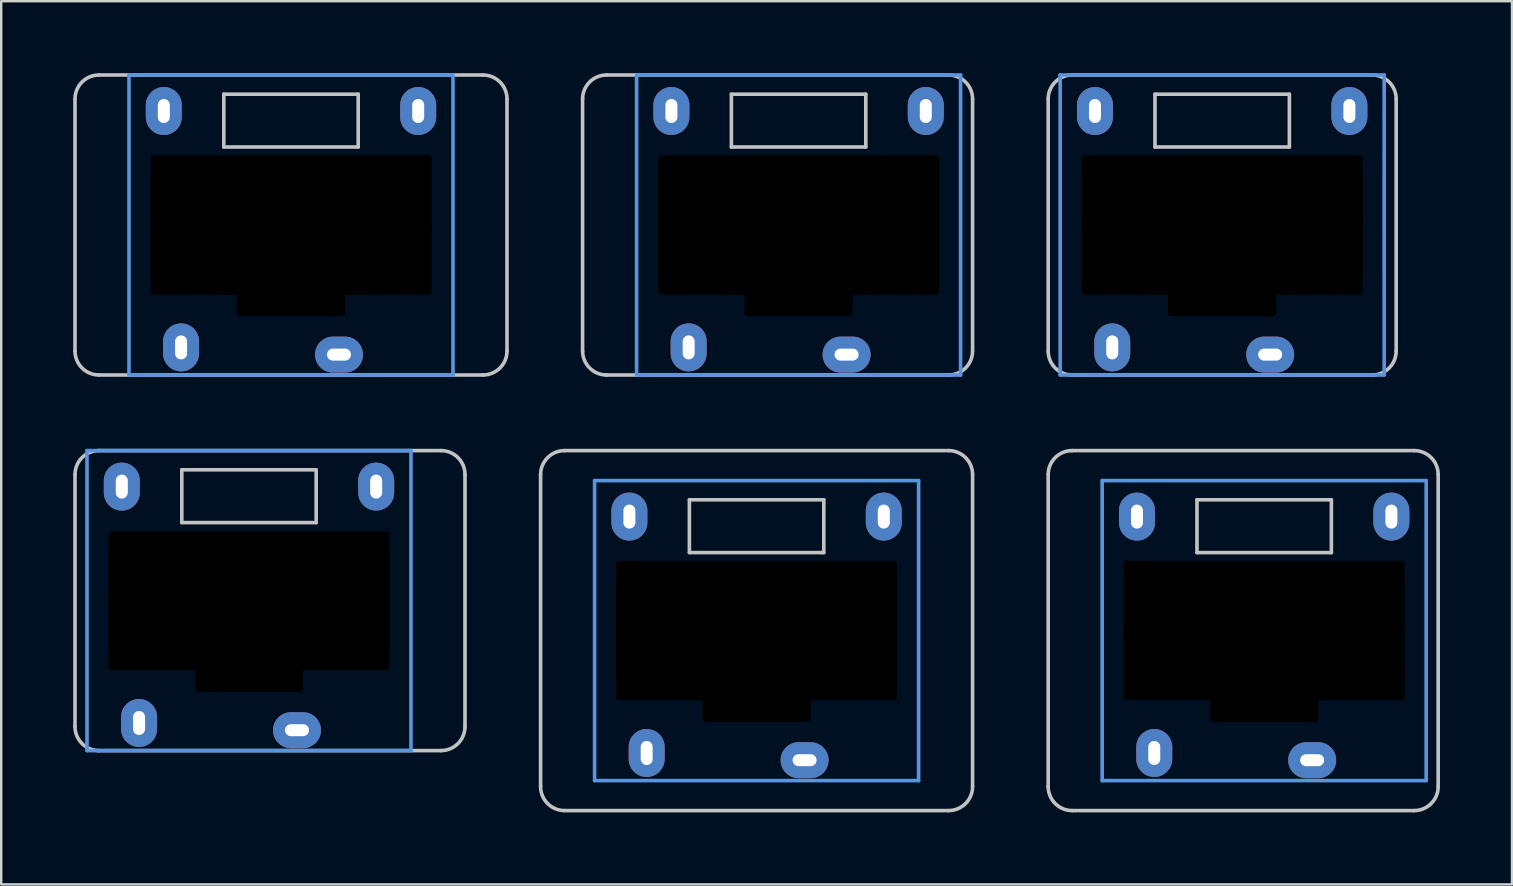
<source format=kicad_pcb>
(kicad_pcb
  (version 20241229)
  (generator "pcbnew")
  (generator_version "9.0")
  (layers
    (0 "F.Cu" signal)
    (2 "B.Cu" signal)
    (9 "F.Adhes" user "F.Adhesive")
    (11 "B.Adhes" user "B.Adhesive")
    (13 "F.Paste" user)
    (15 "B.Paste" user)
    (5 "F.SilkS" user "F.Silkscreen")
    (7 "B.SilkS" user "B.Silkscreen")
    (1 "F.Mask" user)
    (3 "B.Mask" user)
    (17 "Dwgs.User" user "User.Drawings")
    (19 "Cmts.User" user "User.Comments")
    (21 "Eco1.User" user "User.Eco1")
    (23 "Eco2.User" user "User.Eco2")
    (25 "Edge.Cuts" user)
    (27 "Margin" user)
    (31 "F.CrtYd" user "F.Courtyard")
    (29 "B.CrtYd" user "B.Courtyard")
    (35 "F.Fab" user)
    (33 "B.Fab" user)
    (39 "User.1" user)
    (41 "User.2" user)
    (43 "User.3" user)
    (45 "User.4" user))
  (footprint "pg1232-HCL"
    (layer "F.Cu")
    (at 30.225 6.325)
    (property "Reference" "pg1232-HCL" (at 0 0 0) (layer "F.Fab") (effects (font (size 1 1) (thickness 0.15))))
    (attr through_hole)
    (fp_line (start -9 5.25) (end -9 -5.25) (stroke (width 0.15) (type solid)) (layer "Dwgs.User"))
    (fp_line (start -8 -6.25) (end 6.25 -6.25) (stroke (width 0.15) (type solid)) (layer "Dwgs.User"))
    (fp_line (start -2.8 -5.45) (end -2.8 -3.25) (stroke (width 0.15) (type solid)) (layer "Dwgs.User"))
    (fp_line (start -2.8 -3.25) (end 2.8 -3.25) (stroke (width 0.15) (type solid)) (layer "Dwgs.User"))
    (fp_line (start 2.8 -5.45) (end -2.8 -5.45) (stroke (width 0.15) (type solid)) (layer "Dwgs.User"))
    (fp_line (start 2.8 -3.25) (end 2.8 -5.45) (stroke (width 0.15) (type solid)) (layer "Dwgs.User"))
    (fp_line (start 6.25 6.25) (end -8 6.25) (stroke (width 0.15) (type solid)) (layer "Dwgs.User"))
    (fp_line (start 7.25 -5.25) (end 7.25 5.25) (stroke (width 0.15) (type solid)) (layer "Dwgs.User"))
    (fp_arc (start -9 -5.25) (mid -8.707107 -5.957107) (end -8 -6.25) (stroke (width 0.15) (type solid)) (layer "Dwgs.User"))
    (fp_arc (start -8 6.25) (mid -8.707107 5.957107) (end -9 5.25) (stroke (width 0.15) (type solid)) (layer "Dwgs.User"))
    (fp_arc (start 6.25 -6.25) (mid 6.957107 -5.957107) (end 7.25 -5.25) (stroke (width 0.15) (type solid)) (layer "Dwgs.User"))
    (fp_arc (start 7.25 5.25) (mid 6.957107 5.957107) (end 6.25 6.25) (stroke (width 0.15) (type solid)) (layer "Dwgs.User"))
    (fp_line (start -6.75 -6.25) (end -6.75 6.25) (stroke (width 0.15) (type solid)) (layer "Cmts.User"))
    (fp_line (start -6.75 6.25) (end 6.75 6.25) (stroke (width 0.15) (type solid)) (layer "Cmts.User"))
    (fp_line (start 6.75 -6.25) (end -6.75 -6.25) (stroke (width 0.15) (type solid)) (layer "Cmts.User"))
    (fp_line (start 6.75 6.25) (end 6.75 -6.25) (stroke (width 0.15) (type solid)) (layer "Cmts.User"))
    (pad "" np_thru_hole oval (at -5.7 0 90) (size 5.8 0.3) (drill oval 5.8 0.3) (layers "*.Mask"))
    (pad "" np_thru_hole oval (at -4.85 0) (size 2 5.8) (drill oval 2 5.8) (layers "*.Mask"))
    (pad "" np_thru_hole oval (at -2.1 3.25 90) (size 1.1 0.3) (drill oval 1.1 0.3) (layers "*.Mask"))
    (pad "" np_thru_hole oval (at 0 -2.75) (size 11.7 0.3) (drill oval 11.7 0.3) (layers "*.Mask"))
    (pad "" np_thru_hole oval (at 0 0) (size 11.7 5.8) (drill oval 11.7 5.8) (layers "*.Mask"))
    (pad "" np_thru_hole oval (at 0 2.75) (size 11.7 0.3) (drill oval 11.7 0.3) (layers "*.Mask"))
    (pad "" np_thru_hole oval (at 0 3.3) (size 4.5 1) (drill oval 4.5 1) (layers "*.Mask"))
    (pad "" np_thru_hole oval (at 0 3.65) (size 4.5 0.3) (drill oval 4.5 0.3) (layers "*.Mask"))
    (pad "" np_thru_hole oval (at 2.1 3.25 90) (size 1.1 0.3) (drill oval 1.1 0.3) (layers "*.Mask"))
    (pad "" np_thru_hole oval (at 4.85 0) (size 2 5.8) (drill oval 2 5.8) (layers "*.Mask"))
    (pad "" np_thru_hole oval (at 5.7 0 90) (size 5.8 0.3) (drill oval 5.8 0.3) (layers "*.Mask"))
    (pad "1" thru_hole oval (at 2 5.4) (size 2 1.5) (drill oval 1 0.5) (layers "*.Cu" "B.Mask"))
    (pad "2" thru_hole oval (at -4.58 5.1 90) (size 2 1.5) (drill oval 1 0.5) (layers "*.Cu" "B.Mask"))
    (pad "4" thru_hole oval (at 5.3 -4.75 90) (size 2 1.5) (drill oval 1 0.5) (layers "*.Cu" "B.Mask"))
    (pad "5" thru_hole oval (at -5.3 -4.75 90) (size 2 1.5) (drill oval 1 0.5) (layers "*.Cu" "B.Mask")))
  (footprint "pg1232-HCR"
    (layer "F.Cu")
    (at 7.325 21.975)
    (property "Reference" "pg1232-HCR" (at 0 0 0) (layer "F.Fab") (effects (font (size 1 1) (thickness 0.15))))
    (attr through_hole)
    (fp_line (start -7.25 5.25) (end -7.25 -5.25) (stroke (width 0.15) (type solid)) (layer "Dwgs.User"))
    (fp_line (start -6.25 -6.25) (end 8 -6.25) (stroke (width 0.15) (type solid)) (layer "Dwgs.User"))
    (fp_line (start -2.8 -5.45) (end -2.8 -3.25) (stroke (width 0.15) (type solid)) (layer "Dwgs.User"))
    (fp_line (start -2.8 -3.25) (end 2.8 -3.25) (stroke (width 0.15) (type solid)) (layer "Dwgs.User"))
    (fp_line (start 2.8 -5.45) (end -2.8 -5.45) (stroke (width 0.15) (type solid)) (layer "Dwgs.User"))
    (fp_line (start 2.8 -3.25) (end 2.8 -5.45) (stroke (width 0.15) (type solid)) (layer "Dwgs.User"))
    (fp_line (start 8 6.25) (end -6.25 6.25) (stroke (width 0.15) (type solid)) (layer "Dwgs.User"))
    (fp_line (start 9 -5.25) (end 9 5.25) (stroke (width 0.15) (type solid)) (layer "Dwgs.User"))
    (fp_arc (start -7.25 -5.25) (mid -6.957107 -5.957107) (end -6.25 -6.25) (stroke (width 0.15) (type solid)) (layer "Dwgs.User"))
    (fp_arc (start -6.25 6.25) (mid -6.957107 5.957107) (end -7.25 5.25) (stroke (width 0.15) (type solid)) (layer "Dwgs.User"))
    (fp_arc (start 8 -6.25) (mid 8.707107 -5.957107) (end 9 -5.25) (stroke (width 0.15) (type solid)) (layer "Dwgs.User"))
    (fp_arc (start 9 5.25) (mid 8.707107 5.957107) (end 8 6.25) (stroke (width 0.15) (type solid)) (layer "Dwgs.User"))
    (fp_line (start -6.75 -6.25) (end -6.75 6.25) (stroke (width 0.15) (type solid)) (layer "Cmts.User"))
    (fp_line (start -6.75 6.25) (end 6.75 6.25) (stroke (width 0.15) (type solid)) (layer "Cmts.User"))
    (fp_line (start 6.75 -6.25) (end -6.75 -6.25) (stroke (width 0.15) (type solid)) (layer "Cmts.User"))
    (fp_line (start 6.75 6.25) (end 6.75 -6.25) (stroke (width 0.15) (type solid)) (layer "Cmts.User"))
    (pad "" np_thru_hole oval (at -5.7 0 90) (size 5.8 0.3) (drill oval 5.8 0.3) (layers "*.Mask"))
    (pad "" thru_hole oval (at -5.3 -4.75 90) (size 2 1.5) (drill oval 1 0.5) (layers "*.Cu" "B.Mask"))
    (pad "" np_thru_hole oval (at -4.85 0) (size 2 5.8) (drill oval 2 5.8) (layers "*.Mask"))
    (pad "" np_thru_hole oval (at -2.1 3.25 90) (size 1.1 0.3) (drill oval 1.1 0.3) (layers "*.Mask"))
    (pad "" np_thru_hole oval (at 0 -2.75) (size 11.7 0.3) (drill oval 11.7 0.3) (layers "*.Mask"))
    (pad "" np_thru_hole oval (at 0 0) (size 11.7 5.8) (drill oval 11.7 5.8) (layers "*.Mask"))
    (pad "" np_thru_hole oval (at 0 2.75) (size 11.7 0.3) (drill oval 11.7 0.3) (layers "*.Mask"))
    (pad "" np_thru_hole oval (at 0 3.3) (size 4.5 1) (drill oval 4.5 1) (layers "*.Mask"))
    (pad "" np_thru_hole oval (at 0 3.65) (size 4.5 0.3) (drill oval 4.5 0.3) (layers "*.Mask"))
    (pad "" np_thru_hole oval (at 2.1 3.25 90) (size 1.1 0.3) (drill oval 1.1 0.3) (layers "*.Mask"))
    (pad "" np_thru_hole oval (at 4.85 0) (size 2 5.8) (drill oval 2 5.8) (layers "*.Mask"))
    (pad "" thru_hole oval (at 5.3 -4.75 90) (size 2 1.5) (drill oval 1 0.5) (layers "*.Cu" "B.Mask"))
    (pad "" np_thru_hole oval (at 5.7 0 90) (size 5.8 0.3) (drill oval 5.8 0.3) (layers "*.Mask"))
    (pad "1" thru_hole oval (at 2 5.4) (size 2 1.5) (drill oval 1 0.5) (layers "*.Cu" "B.Mask"))
    (pad "2" thru_hole oval (at -4.58 5.1 90) (size 2 1.5) (drill oval 1 0.5) (layers "*.Cu" "B.Mask")))
  (footprint "pg1232-HCN"
    (layer "F.Cu")
    (at 47.875 6.325)
    (property "Reference" "pg1232-HCN" (at 0 0 0) (layer "F.Fab") (effects (font (size 1 1) (thickness 0.15))))
    (attr through_hole)
    (fp_line (start -7.25 5.25) (end -7.25 -5.25) (stroke (width 0.15) (type solid)) (layer "Dwgs.User"))
    (fp_line (start -6.25 -6.25) (end 6.25 -6.25) (stroke (width 0.15) (type solid)) (layer "Dwgs.User"))
    (fp_line (start -2.8 -5.45) (end -2.8 -3.25) (stroke (width 0.15) (type solid)) (layer "Dwgs.User"))
    (fp_line (start -2.8 -3.25) (end 2.8 -3.25) (stroke (width 0.15) (type solid)) (layer "Dwgs.User"))
    (fp_line (start 2.8 -5.45) (end -2.8 -5.45) (stroke (width 0.15) (type solid)) (layer "Dwgs.User"))
    (fp_line (start 2.8 -3.25) (end 2.8 -5.45) (stroke (width 0.15) (type solid)) (layer "Dwgs.User"))
    (fp_line (start 6.25 6.25) (end -6.25 6.25) (stroke (width 0.15) (type solid)) (layer "Dwgs.User"))
    (fp_line (start 7.25 -5.25) (end 7.25 5.25) (stroke (width 0.15) (type solid)) (layer "Dwgs.User"))
    (fp_arc (start -7.25 -5.25) (mid -6.957107 -5.957107) (end -6.25 -6.25) (stroke (width 0.15) (type solid)) (layer "Dwgs.User"))
    (fp_arc (start -6.25 6.25) (mid -6.957107 5.957107) (end -7.25 5.25) (stroke (width 0.15) (type solid)) (layer "Dwgs.User"))
    (fp_arc (start 6.25 -6.25) (mid 6.957107 -5.957107) (end 7.25 -5.25) (stroke (width 0.15) (type solid)) (layer "Dwgs.User"))
    (fp_arc (start 7.25 5.25) (mid 6.957107 5.957107) (end 6.25 6.25) (stroke (width 0.15) (type solid)) (layer "Dwgs.User"))
    (fp_line (start -6.75 -6.25) (end -6.75 6.25) (stroke (width 0.15) (type solid)) (layer "Cmts.User"))
    (fp_line (start -6.75 6.25) (end 6.75 6.25) (stroke (width 0.15) (type solid)) (layer "Cmts.User"))
    (fp_line (start 6.75 -6.25) (end -6.75 -6.25) (stroke (width 0.15) (type solid)) (layer "Cmts.User"))
    (fp_line (start 6.75 6.25) (end 6.75 -6.25) (stroke (width 0.15) (type solid)) (layer "Cmts.User"))
    (pad "" np_thru_hole oval (at -5.7 0 90) (size 5.8 0.3) (drill oval 5.8 0.3) (layers "*.Mask"))
    (pad "" np_thru_hole oval (at -4.85 0) (size 2 5.8) (drill oval 2 5.8) (layers "*.Mask"))
    (pad "" np_thru_hole oval (at -2.1 3.25 90) (size 1.1 0.3) (drill oval 1.1 0.3) (layers "*.Mask"))
    (pad "" np_thru_hole oval (at 0 -2.75) (size 11.7 0.3) (drill oval 11.7 0.3) (layers "*.Mask"))
    (pad "" np_thru_hole oval (at 0 0) (size 11.7 5.8) (drill oval 11.7 5.8) (layers "*.Mask"))
    (pad "" np_thru_hole oval (at 0 2.75) (size 11.7 0.3) (drill oval 11.7 0.3) (layers "*.Mask"))
    (pad "" np_thru_hole oval (at 0 3.3) (size 4.5 1) (drill oval 4.5 1) (layers "*.Mask"))
    (pad "" np_thru_hole oval (at 0 3.65) (size 4.5 0.3) (drill oval 4.5 0.3) (layers "*.Mask"))
    (pad "" np_thru_hole oval (at 2.1 3.25 90) (size 1.1 0.3) (drill oval 1.1 0.3) (layers "*.Mask"))
    (pad "" np_thru_hole oval (at 4.85 0) (size 2 5.8) (drill oval 2 5.8) (layers "*.Mask"))
    (pad "" np_thru_hole oval (at 5.7 0 90) (size 5.8 0.3) (drill oval 5.8 0.3) (layers "*.Mask"))
    (pad "1" thru_hole oval (at 2 5.4) (size 2 1.5) (drill oval 1 0.5) (layers "*.Cu" "B.Mask"))
    (pad "2" thru_hole oval (at -4.58 5.1 90) (size 2 1.5) (drill oval 1 0.5) (layers "*.Cu" "B.Mask"))
    (pad "4" thru_hole oval (at 5.3 -4.75 90) (size 2 1.5) (drill oval 1 0.5) (layers "*.Cu" "B.Mask"))
    (pad "5" thru_hole oval (at -5.3 -4.75 90) (size 2 1.5) (drill oval 1 0.5) (layers "*.Cu" "B.Mask")))
  (footprint "pg1232-HSL"
    (layer "F.Cu")
    (at 49.625 23.225)
    (property "Reference" "pg1232-HSL" (at 0 0 0) (layer "F.Fab") (effects (font (size 1 1) (thickness 0.15))))
    (attr through_hole)
    (fp_line (start -9 6.5) (end -9 -6.5) (stroke (width 0.15) (type solid)) (layer "Dwgs.User"))
    (fp_line (start -8 -7.5) (end 6.25 -7.5) (stroke (width 0.15) (type solid)) (layer "Dwgs.User"))
    (fp_line (start -2.8 -5.45) (end -2.8 -3.25) (stroke (width 0.15) (type solid)) (layer "Dwgs.User"))
    (fp_line (start -2.8 -3.25) (end 2.8 -3.25) (stroke (width 0.15) (type solid)) (layer "Dwgs.User"))
    (fp_line (start 2.8 -5.45) (end -2.8 -5.45) (stroke (width 0.15) (type solid)) (layer "Dwgs.User"))
    (fp_line (start 2.8 -3.25) (end 2.8 -5.45) (stroke (width 0.15) (type solid)) (layer "Dwgs.User"))
    (fp_line (start 6.25 7.5) (end -8 7.5) (stroke (width 0.15) (type solid)) (layer "Dwgs.User"))
    (fp_line (start 7.25 -6.5) (end 7.25 6.5) (stroke (width 0.15) (type solid)) (layer "Dwgs.User"))
    (fp_arc (start -9 -6.5) (mid -8.707107 -7.207107) (end -8 -7.5) (stroke (width 0.15) (type solid)) (layer "Dwgs.User"))
    (fp_arc (start -8 7.5) (mid -8.707107 7.207107) (end -9 6.5) (stroke (width 0.15) (type solid)) (layer "Dwgs.User"))
    (fp_arc (start 6.25 -7.5) (mid 6.957107 -7.207107) (end 7.25 -6.5) (stroke (width 0.15) (type solid)) (layer "Dwgs.User"))
    (fp_arc (start 7.25 6.5) (mid 6.957107 7.207107) (end 6.25 7.5) (stroke (width 0.15) (type solid)) (layer "Dwgs.User"))
    (fp_line (start -6.75 -6.25) (end -6.75 6.25) (stroke (width 0.15) (type solid)) (layer "Cmts.User"))
    (fp_line (start -6.75 6.25) (end 6.75 6.25) (stroke (width 0.15) (type solid)) (layer "Cmts.User"))
    (fp_line (start 6.75 -6.25) (end -6.75 -6.25) (stroke (width 0.15) (type solid)) (layer "Cmts.User"))
    (fp_line (start 6.75 6.25) (end 6.75 -6.25) (stroke (width 0.15) (type solid)) (layer "Cmts.User"))
    (pad "" np_thru_hole oval (at -5.7 0 90) (size 5.8 0.3) (drill oval 5.8 0.3) (layers "*.Mask"))
    (pad "" thru_hole oval (at -5.3 -4.75 90) (size 2 1.5) (drill oval 1 0.5) (layers "*.Cu" "B.Mask"))
    (pad "" np_thru_hole oval (at -4.85 0) (size 2 5.8) (drill oval 2 5.8) (layers "*.Mask"))
    (pad "" np_thru_hole oval (at -2.1 3.25 90) (size 1.1 0.3) (drill oval 1.1 0.3) (layers "*.Mask"))
    (pad "" np_thru_hole oval (at 0 -2.75) (size 11.7 0.3) (drill oval 11.7 0.3) (layers "*.Mask"))
    (pad "" np_thru_hole oval (at 0 0) (size 11.7 5.8) (drill oval 11.7 5.8) (layers "*.Mask"))
    (pad "" np_thru_hole oval (at 0 2.75) (size 11.7 0.3) (drill oval 11.7 0.3) (layers "*.Mask"))
    (pad "" np_thru_hole oval (at 0 3.3) (size 4.5 1) (drill oval 4.5 1) (layers "*.Mask"))
    (pad "" np_thru_hole oval (at 0 3.65) (size 4.5 0.3) (drill oval 4.5 0.3) (layers "*.Mask"))
    (pad "" np_thru_hole oval (at 2.1 3.25 90) (size 1.1 0.3) (drill oval 1.1 0.3) (layers "*.Mask"))
    (pad "" np_thru_hole oval (at 4.85 0) (size 2 5.8) (drill oval 2 5.8) (layers "*.Mask"))
    (pad "" thru_hole oval (at 5.3 -4.75 90) (size 2 1.5) (drill oval 1 0.5) (layers "*.Cu" "B.Mask"))
    (pad "" np_thru_hole oval (at 5.7 0 90) (size 5.8 0.3) (drill oval 5.8 0.3) (layers "*.Mask"))
    (pad "1" thru_hole oval (at 2 5.4) (size 2 1.5) (drill oval 1 0.5) (layers "*.Cu" "B.Mask"))
    (pad "2" thru_hole oval (at -4.58 5.1 90) (size 2 1.5) (drill oval 1 0.5) (layers "*.Cu" "B.Mask")))
  (footprint "pg1232-HS"
    (layer "F.Cu")
    (at 28.475 23.225)
    (property "Reference" "pg1232-HS" (at 0 0 0) (layer "F.Fab") (effects (font (size 1 1) (thickness 0.15))))
    (attr through_hole)
    (fp_line (start -9 6.5) (end -9 -6.5) (stroke (width 0.15) (type solid)) (layer "Dwgs.User"))
    (fp_line (start -8 -7.5) (end 8 -7.5) (stroke (width 0.15) (type solid)) (layer "Dwgs.User"))
    (fp_line (start -2.8 -5.45) (end -2.8 -3.25) (stroke (width 0.15) (type solid)) (layer "Dwgs.User"))
    (fp_line (start -2.8 -3.25) (end 2.8 -3.25) (stroke (width 0.15) (type solid)) (layer "Dwgs.User"))
    (fp_line (start 2.8 -5.45) (end -2.8 -5.45) (stroke (width 0.15) (type solid)) (layer "Dwgs.User"))
    (fp_line (start 2.8 -3.25) (end 2.8 -5.45) (stroke (width 0.15) (type solid)) (layer "Dwgs.User"))
    (fp_line (start 8 7.5) (end -8 7.5) (stroke (width 0.15) (type solid)) (layer "Dwgs.User"))
    (fp_line (start 9 -6.5) (end 9 6.5) (stroke (width 0.15) (type solid)) (layer "Dwgs.User"))
    (fp_arc (start -9 -6.5) (mid -8.707107 -7.207107) (end -8 -7.5) (stroke (width 0.15) (type solid)) (layer "Dwgs.User"))
    (fp_arc (start -8 7.5) (mid -8.707107 7.207107) (end -9 6.5) (stroke (width 0.15) (type solid)) (layer "Dwgs.User"))
    (fp_arc (start 8 -7.5) (mid 8.707107 -7.207107) (end 9 -6.5) (stroke (width 0.15) (type solid)) (layer "Dwgs.User"))
    (fp_arc (start 9 6.5) (mid 8.707107 7.207107) (end 8 7.5) (stroke (width 0.15) (type solid)) (layer "Dwgs.User"))
    (fp_line (start -6.75 -6.25) (end -6.75 6.25) (stroke (width 0.15) (type solid)) (layer "Cmts.User"))
    (fp_line (start -6.75 6.25) (end 6.75 6.25) (stroke (width 0.15) (type solid)) (layer "Cmts.User"))
    (fp_line (start 6.75 -6.25) (end -6.75 -6.25) (stroke (width 0.15) (type solid)) (layer "Cmts.User"))
    (fp_line (start 6.75 6.25) (end 6.75 -6.25) (stroke (width 0.15) (type solid)) (layer "Cmts.User"))
    (pad "" np_thru_hole oval (at -5.7 0 90) (size 5.8 0.3) (drill oval 5.8 0.3) (layers "*.Mask"))
    (pad "" thru_hole oval (at -5.3 -4.75 90) (size 2 1.5) (drill oval 1 0.5) (layers "*.Cu" "B.Mask"))
    (pad "" np_thru_hole oval (at -4.85 0) (size 2 5.8) (drill oval 2 5.8) (layers "*.Mask"))
    (pad "" np_thru_hole oval (at -2.1 3.25 90) (size 1.1 0.3) (drill oval 1.1 0.3) (layers "*.Mask"))
    (pad "" np_thru_hole oval (at 0 -2.75) (size 11.7 0.3) (drill oval 11.7 0.3) (layers "*.Mask"))
    (pad "" np_thru_hole oval (at 0 0) (size 11.7 5.8) (drill oval 11.7 5.8) (layers "*.Mask"))
    (pad "" np_thru_hole oval (at 0 2.75) (size 11.7 0.3) (drill oval 11.7 0.3) (layers "*.Mask"))
    (pad "" np_thru_hole oval (at 0 3.3) (size 4.5 1) (drill oval 4.5 1) (layers "*.Mask"))
    (pad "" np_thru_hole oval (at 0 3.65) (size 4.5 0.3) (drill oval 4.5 0.3) (layers "*.Mask"))
    (pad "" np_thru_hole oval (at 2.1 3.25 90) (size 1.1 0.3) (drill oval 1.1 0.3) (layers "*.Mask"))
    (pad "" np_thru_hole oval (at 4.85 0) (size 2 5.8) (drill oval 2 5.8) (layers "*.Mask"))
    (pad "" thru_hole oval (at 5.3 -4.75 90) (size 2 1.5) (drill oval 1 0.5) (layers "*.Cu" "B.Mask"))
    (pad "" np_thru_hole oval (at 5.7 0 90) (size 5.8 0.3) (drill oval 5.8 0.3) (layers "*.Mask"))
    (pad "1" thru_hole oval (at 2 5.4) (size 2 1.5) (drill oval 1 0.5) (layers "*.Cu" "B.Mask"))
    (pad "2" thru_hole oval (at -4.58 5.1 90) (size 2 1.5) (drill oval 1 0.5) (layers "*.Cu" "B.Mask")))
  (footprint "pg1232-HC"
    (layer "F.Cu")
    (at 9.075 6.325)
    (property "Reference" "pg1232-HC" (at 0 0 0) (layer "F.Fab") (effects (font (size 1 1) (thickness 0.15))))
    (attr through_hole)
    (fp_line (start -9 5.25) (end -9 -5.25) (stroke (width 0.15) (type solid)) (layer "Dwgs.User"))
    (fp_line (start -8 -6.25) (end 8 -6.25) (stroke (width 0.15) (type solid)) (layer "Dwgs.User"))
    (fp_line (start -2.8 -5.45) (end -2.8 -3.25) (stroke (width 0.15) (type solid)) (layer "Dwgs.User"))
    (fp_line (start -2.8 -3.25) (end 2.8 -3.25) (stroke (width 0.15) (type solid)) (layer "Dwgs.User"))
    (fp_line (start 2.8 -5.45) (end -2.8 -5.45) (stroke (width 0.15) (type solid)) (layer "Dwgs.User"))
    (fp_line (start 2.8 -3.25) (end 2.8 -5.45) (stroke (width 0.15) (type solid)) (layer "Dwgs.User"))
    (fp_line (start 8 6.25) (end -8 6.25) (stroke (width 0.15) (type solid)) (layer "Dwgs.User"))
    (fp_line (start 9 -5.25) (end 9 5.25) (stroke (width 0.15) (type solid)) (layer "Dwgs.User"))
    (fp_arc (start -9 -5.25) (mid -8.707107 -5.957107) (end -8 -6.25) (stroke (width 0.15) (type solid)) (layer "Dwgs.User"))
    (fp_arc (start -8 6.25) (mid -8.707107 5.957107) (end -9 5.25) (stroke (width 0.15) (type solid)) (layer "Dwgs.User"))
    (fp_arc (start 8 -6.25) (mid 8.707107 -5.957107) (end 9 -5.25) (stroke (width 0.15) (type solid)) (layer "Dwgs.User"))
    (fp_arc (start 9 5.25) (mid 8.707107 5.957107) (end 8 6.25) (stroke (width 0.15) (type solid)) (layer "Dwgs.User"))
    (fp_line (start -6.75 -6.25) (end -6.75 6.25) (stroke (width 0.15) (type solid)) (layer "Cmts.User"))
    (fp_line (start -6.75 6.25) (end 6.75 6.25) (stroke (width 0.15) (type solid)) (layer "Cmts.User"))
    (fp_line (start 6.75 -6.25) (end -6.75 -6.25) (stroke (width 0.15) (type solid)) (layer "Cmts.User"))
    (fp_line (start 6.75 6.25) (end 6.75 -6.25) (stroke (width 0.15) (type solid)) (layer "Cmts.User"))
    (pad "" np_thru_hole oval (at -5.7 0 90) (size 5.8 0.3) (drill oval 5.8 0.3) (layers "*.Mask"))
    (pad "" np_thru_hole oval (at -4.85 0) (size 2 5.8) (drill oval 2 5.8) (layers "*.Mask"))
    (pad "" np_thru_hole oval (at -2.1 3.25 90) (size 1.1 0.3) (drill oval 1.1 0.3) (layers "*.Mask"))
    (pad "" np_thru_hole oval (at 0 -2.75) (size 11.7 0.3) (drill oval 11.7 0.3) (layers "*.Mask"))
    (pad "" np_thru_hole oval (at 0 0) (size 11.7 5.8) (drill oval 11.7 5.8) (layers "*.Mask"))
    (pad "" np_thru_hole oval (at 0 2.75) (size 11.7 0.3) (drill oval 11.7 0.3) (layers "*.Mask"))
    (pad "" np_thru_hole oval (at 0 3.3) (size 4.5 1) (drill oval 4.5 1) (layers "*.Mask"))
    (pad "" np_thru_hole oval (at 0 3.65) (size 4.5 0.3) (drill oval 4.5 0.3) (layers "*.Mask"))
    (pad "" np_thru_hole oval (at 2.1 3.25 90) (size 1.1 0.3) (drill oval 1.1 0.3) (layers "*.Mask"))
    (pad "" np_thru_hole oval (at 4.85 0) (size 2 5.8) (drill oval 2 5.8) (layers "*.Mask"))
    (pad "" np_thru_hole oval (at 5.7 0 90) (size 5.8 0.3) (drill oval 5.8 0.3) (layers "*.Mask"))
    (pad "1" thru_hole oval (at 2 5.4) (size 2 1.5) (drill oval 1 0.5) (layers "*.Cu" "B.Mask"))
    (pad "2" thru_hole oval (at -4.58 5.1 90) (size 2 1.5) (drill oval 1 0.5) (layers "*.Cu" "B.Mask"))
    (pad "4" thru_hole oval (at 5.3 -4.75 90) (size 2 1.5) (drill oval 1 0.5) (layers "*.Cu" "B.Mask"))
    (pad "5" thru_hole oval (at -5.3 -4.75 90) (size 2 1.5) (drill oval 1 0.5) (layers "*.Cu" "B.Mask")))
  (gr_rect
    (start -3 -3)
    (end 59.95 33.8)
    (stroke (width 0.1) (type default))
    (fill no)
    (layer "Edge.Cuts")))
</source>
